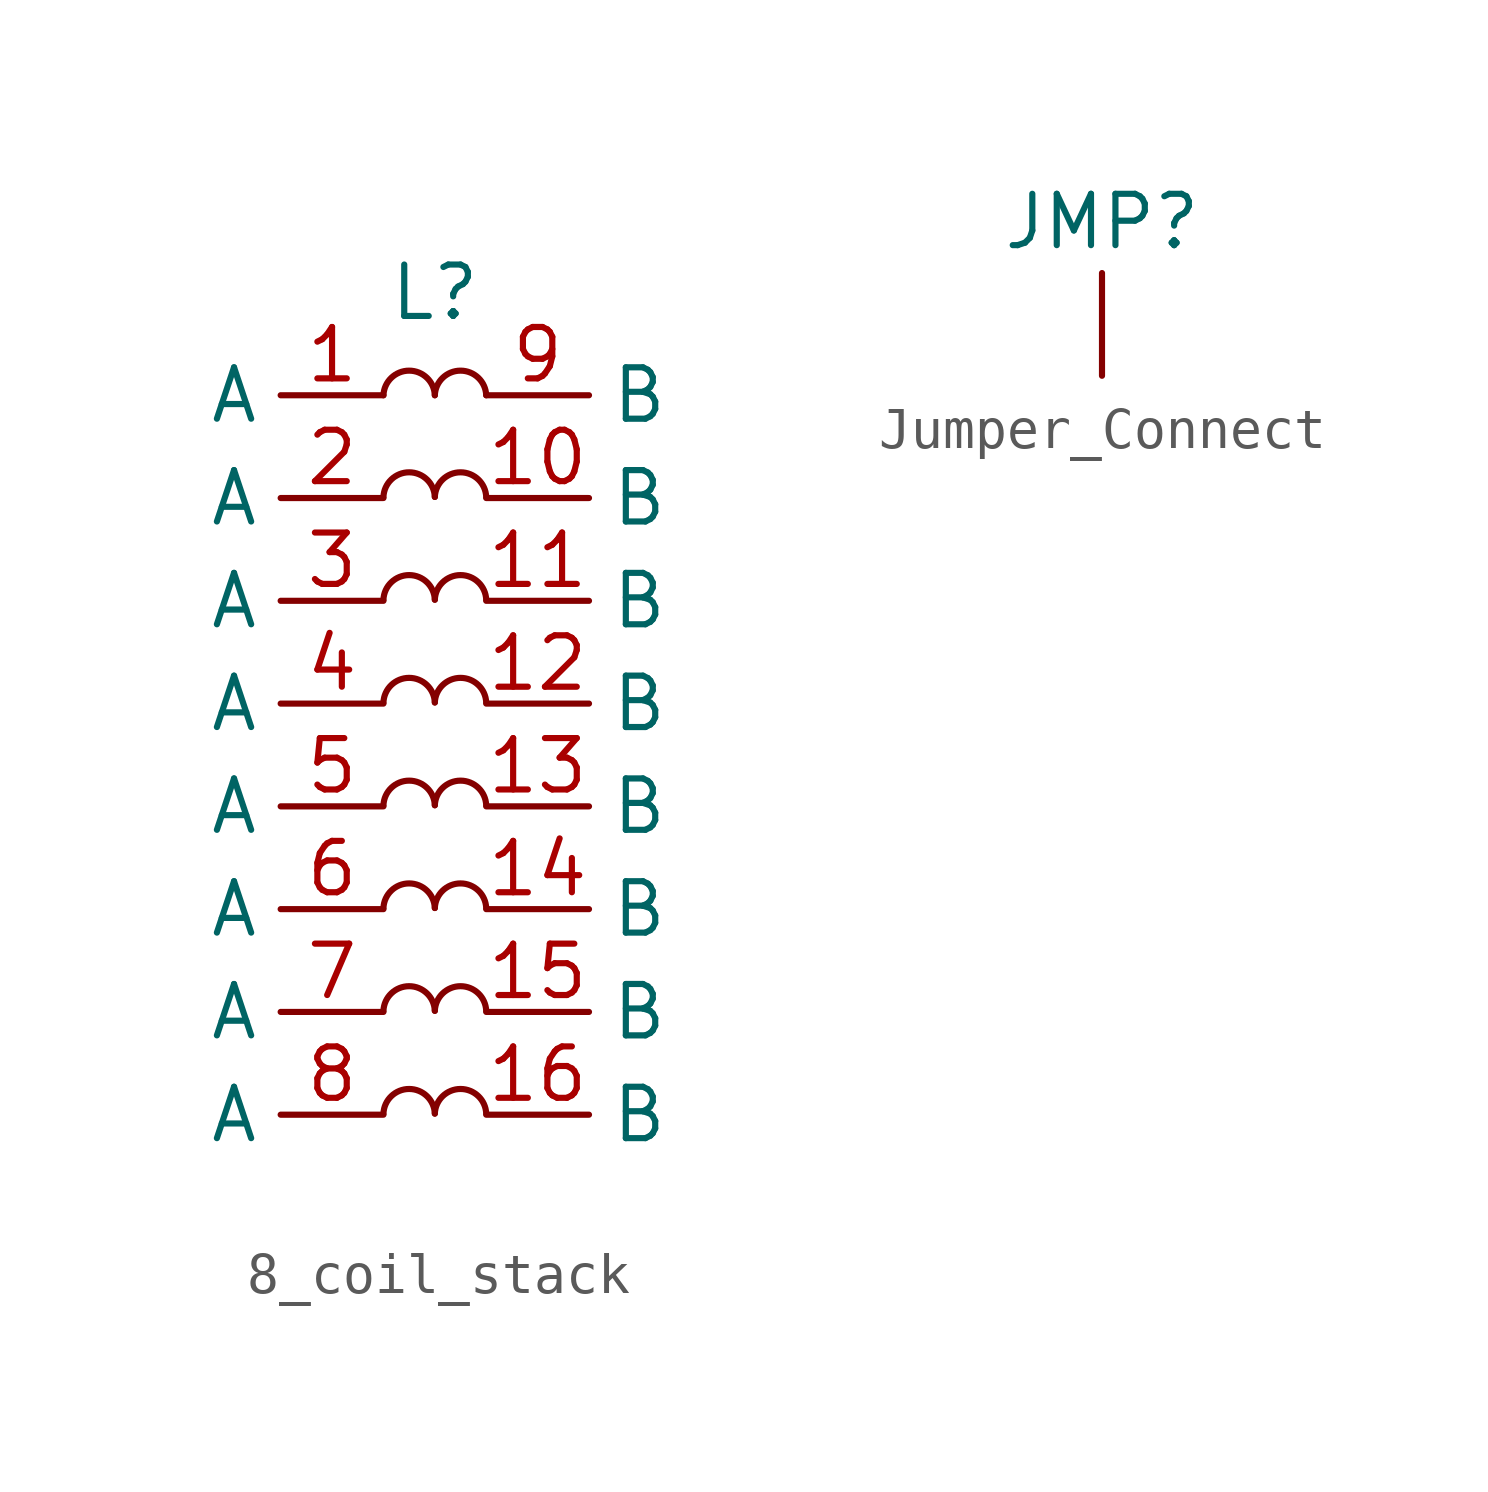
<source format=kicad_sym>
(kicad_symbol_lib
  (version 20220914)
  (generator kicad_symbol_editor)
  (symbol "8_coil_stack"
    (property "Reference" "L"
      (at 0 2.54 0)
      (effects (font (size 1.27 1.27))))
    (symbol "8_coil_stack_0_1"
      (arc (start 0 -17.7524) (mid -0.635 -17.1444) (end -1.27 -17.7524) (stroke (width 0) (type default)) (fill (type none)))
      (arc (start 0 -15.2124) (mid -0.635 -14.6044) (end -1.27 -15.2124) (stroke (width 0) (type default)) (fill (type none)))
      (arc (start 0 -12.6724) (mid -0.635 -12.0644) (end -1.27 -12.6724) (stroke (width 0) (type default)) (fill (type none)))
      (arc (start 0 -10.1324) (mid -0.635 -9.5244) (end -1.27 -10.1324) (stroke (width 0) (type default)) (fill (type none)))
      (arc (start 0 -7.5924) (mid -0.635 -6.9844) (end -1.27 -7.5924) (stroke (width 0) (type default)) (fill (type none)))
      (arc (start 0 -5.0524) (mid -0.635 -4.4444) (end -1.27 -5.0524) (stroke (width 0) (type default)) (fill (type none)))
      (arc (start 0 -2.5124) (mid -0.635 -1.9044) (end -1.27 -2.5124) (stroke (width 0) (type default)) (fill (type none)))
      (arc (start 0 0) (mid -0.635 0.608) (end -1.27 0) (stroke (width 0) (type default)) (fill (type none)))
      (arc (start 1.27 -17.7524) (mid 0.635 -17.1444) (end 0 -17.7524) (stroke (width 0) (type default)) (fill (type none)))
      (arc (start 1.27 -15.2124) (mid 0.635 -14.6044) (end 0 -15.2124) (stroke (width 0) (type default)) (fill (type none)))
      (arc (start 1.27 -12.6724) (mid 0.635 -12.0644) (end 0 -12.6724) (stroke (width 0) (type default)) (fill (type none)))
      (arc (start 1.27 -10.1324) (mid 0.635 -9.5244) (end 0 -10.1324) (stroke (width 0) (type default)) (fill (type none)))
      (arc (start 1.27 -7.5924) (mid 0.635 -6.9844) (end 0 -7.5924) (stroke (width 0) (type default)) (fill (type none)))
      (arc (start 1.27 -5.0524) (mid 0.635 -4.4444) (end 0 -5.0524) (stroke (width 0) (type default)) (fill (type none)))
      (arc (start 1.27 -2.5124) (mid 0.635 -1.9044) (end 0 -2.5124) (stroke (width 0) (type default)) (fill (type none)))
      (arc (start 1.27 0) (mid 0.635 0.608) (end 0 0) (stroke (width 0) (type default)) (fill (type none))))
    (symbol "8_coil_stack_1_1"
      (pin passive line (at -1.27 0 180) (length 2.54) (name "A" (effects (font (size 1.27 1.27)))) (number "1" (effects (font (size 1.27 1.27)))))
      (pin passive line (at 1.27 -2.54 0) (length 2.54) (name "B" (effects (font (size 1.27 1.27)))) (number "10" (effects (font (size 1.27 1.27)))))
      (pin passive line (at 1.27 -5.08 0) (length 2.54) (name "B" (effects (font (size 1.27 1.27)))) (number "11" (effects (font (size 1.27 1.27)))))
      (pin passive line (at 1.27 -7.62 0) (length 2.54) (name "B" (effects (font (size 1.27 1.27)))) (number "12" (effects (font (size 1.27 1.27)))))
      (pin passive line (at 1.27 -10.16 0) (length 2.54) (name "B" (effects (font (size 1.27 1.27)))) (number "13" (effects (font (size 1.27 1.27)))))
      (pin passive line (at 1.27 -12.7 0) (length 2.54) (name "B" (effects (font (size 1.27 1.27)))) (number "14" (effects (font (size 1.27 1.27)))))
      (pin passive line (at 1.27 -15.24 0) (length 2.54) (name "B" (effects (font (size 1.27 1.27)))) (number "15" (effects (font (size 1.27 1.27)))))
      (pin passive line (at 1.27 -17.78 0) (length 2.54) (name "B" (effects (font (size 1.27 1.27)))) (number "16" (effects (font (size 1.27 1.27)))))
      (pin passive line (at -1.27 -2.54 180) (length 2.54) (name "A" (effects (font (size 1.27 1.27)))) (number "2" (effects (font (size 1.27 1.27)))))
      (pin passive line (at -1.27 -5.08 180) (length 2.54) (name "A" (effects (font (size 1.27 1.27)))) (number "3" (effects (font (size 1.27 1.27)))))
      (pin passive line (at -1.27 -7.62 180) (length 2.54) (name "A" (effects (font (size 1.27 1.27)))) (number "4" (effects (font (size 1.27 1.27)))))
      (pin passive line (at -1.27 -10.16 180) (length 2.54) (name "A" (effects (font (size 1.27 1.27)))) (number "5" (effects (font (size 1.27 1.27)))))
      (pin passive line (at -1.27 -12.7 180) (length 2.54) (name "A" (effects (font (size 1.27 1.27)))) (number "6" (effects (font (size 1.27 1.27)))))
      (pin passive line (at -1.27 -15.24 180) (length 2.54) (name "A" (effects (font (size 1.27 1.27)))) (number "7" (effects (font (size 1.27 1.27)))))
      (pin passive line (at -1.27 -17.78 180) (length 2.54) (name "A" (effects (font (size 1.27 1.27)))) (number "8" (effects (font (size 1.27 1.27)))))
      (pin passive line (at 1.27 0 0) (length 2.54) (name "B" (effects (font (size 1.27 1.27)))) (number "9" (effects (font (size 1.27 1.27)))))))
  (symbol "Jumper_Connect"
    (pin_numbers hide)
    (pin_names
      (offset 0) hide)
    (property "Reference" "JMP"
      (at 0 1.27 0)
      (effects (font (size 1.27 1.27))))
    (property "Value" ""
      (at 0 0 0)
      (effects (font (size 1.27 1.27))))
    (symbol "Jumper_Connect_1_1"
      (pin passive line (at 0 0 270) (length 2.54) (name "A" (effects (font (size 1.27 1.27)))) (number "1" (effects (font (size 1.27 1.27))))))))
</source>
